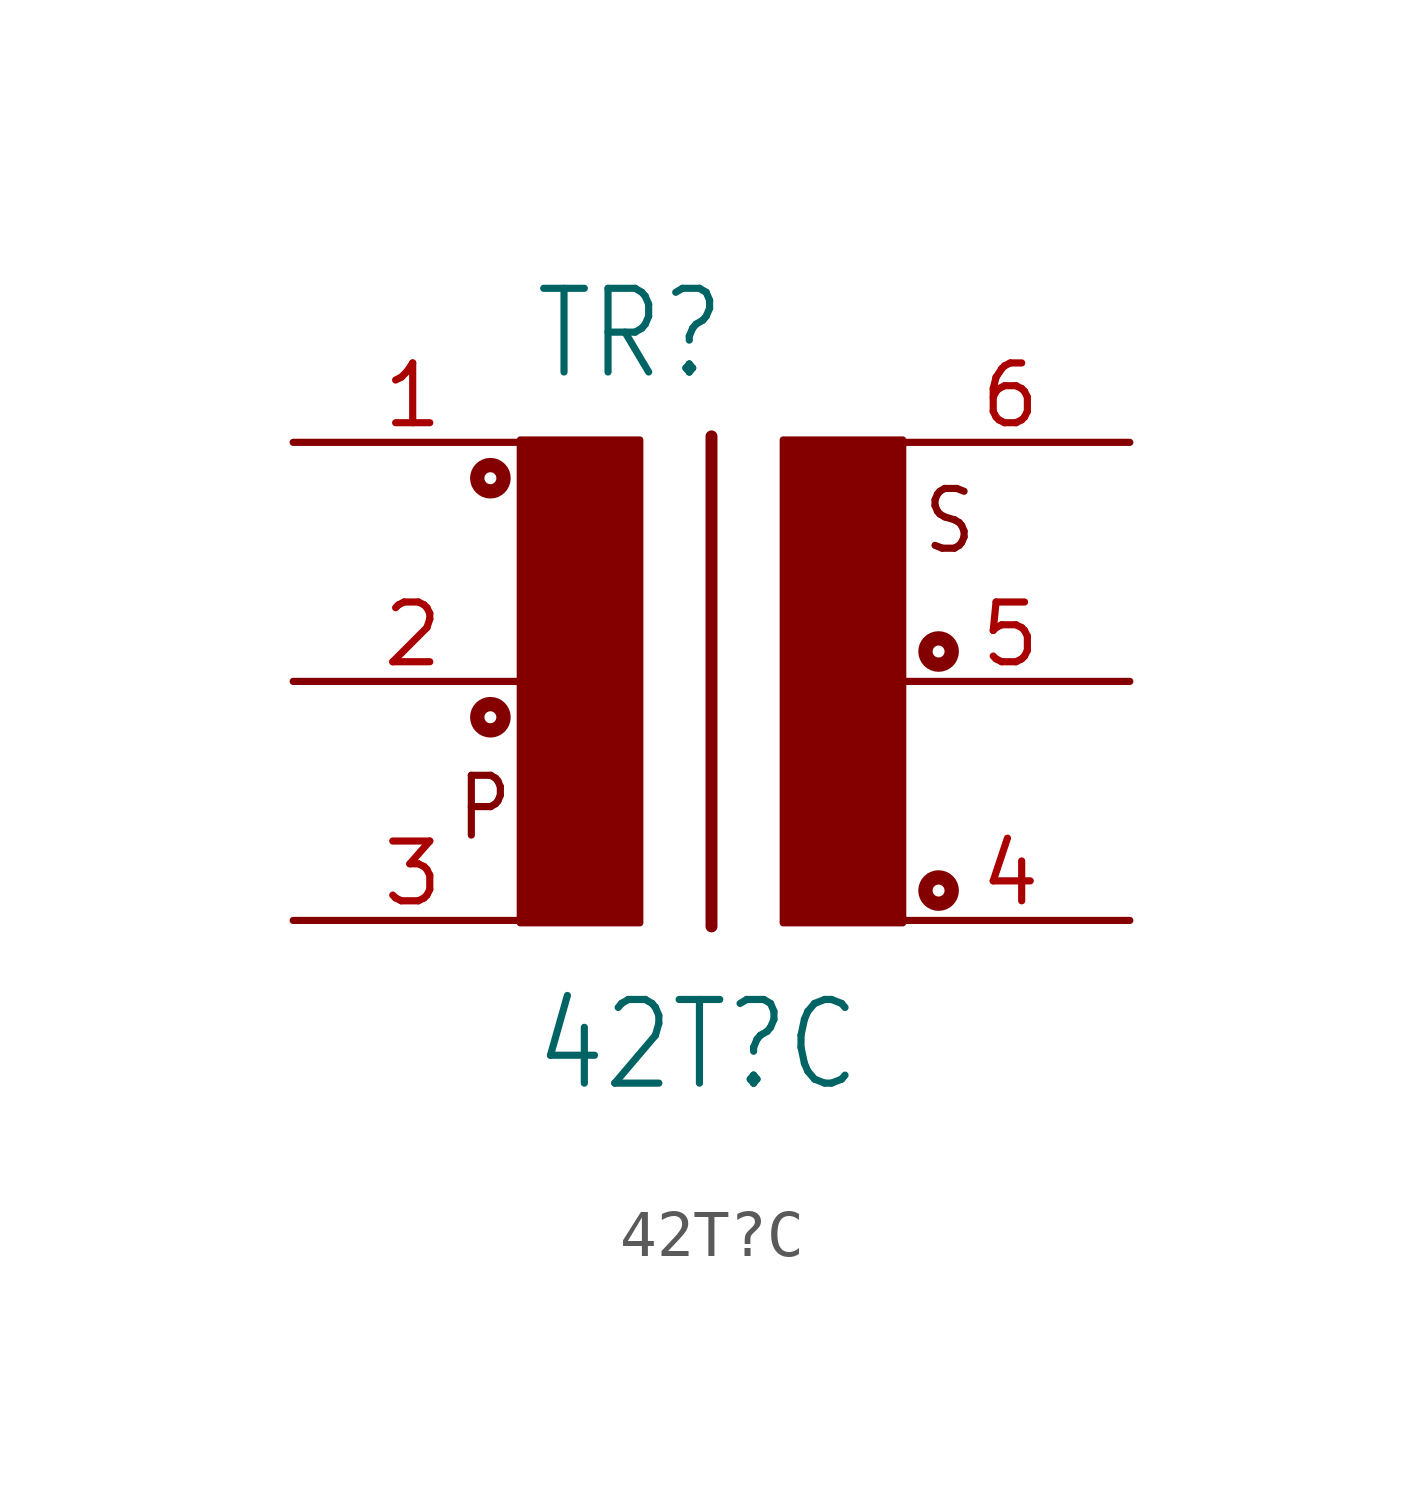
<source format=kicad_sym>
(kicad_symbol_lib
  (version 20211014)
  (generator kicad_symbol_editor)
  (symbol "42T?C"
    (property "Reference" "TR"
      (at -2.54 6.35 0)
      (effects (font (size 1.778 1.511)) (justify left bottom)))
    (property "Value" "42T?C"
      (at -2.54 -8.763 0)
      (effects (font (size 1.778 1.511)) (justify left bottom)))
    (property "ki_locked" ""
      (at 0 0 0)
      (effects (font (size 1.27 1.27))))
    (symbol "42T?C_1_0"
      (circle (center -3.429 -0.762) (radius 0.127) (stroke (width 0.305) (type default) (color 0 0 0 0)) (fill (type none)))
      (circle (center -3.429 4.318) (radius 0.127) (stroke (width 0.305) (type default) (color 0 0 0 0)) (fill (type none)))
      (rectangle (start -2.794 -5.131) (end -0.254 5.131) (stroke (width 0) (type default) (color 0 0 0 0)) (fill (type outline)))
      (polyline (pts (xy 1.27 5.207) (xy 1.27 -5.207)) (stroke (width 0.254) (type default) (color 0 0 0 0)) (fill (type none)))
      (rectangle (start 2.794 -5.131) (end 5.334 5.131) (stroke (width 0) (type default) (color 0 0 0 0)) (fill (type outline)))
      (circle (center 6.096 -4.445) (radius 0.127) (stroke (width 0.305) (type default) (color 0 0 0 0)) (fill (type none)))
      (circle (center 6.096 0.635) (radius 0.127) (stroke (width 0.305) (type default) (color 0 0 0 0)) (fill (type none)))
      (text "P" (at -4.191 -3.429 0) (effects (font (size 1.27 1.079)) (justify left bottom)))
      (text "S" (at 5.715 2.667 0) (effects (font (size 1.27 1.079)) (justify left bottom)))
      (pin passive line (at -7.62 5.08 0) (length 5.08) (name "1" (effects (font (size 0 0)))) (number "1" (effects (font (size 1.27 1.27)))))
      (pin passive line (at -7.62 0 0) (length 5.08) (name "2" (effects (font (size 0 0)))) (number "2" (effects (font (size 1.27 1.27)))))
      (pin passive line (at -7.62 -5.08 0) (length 5.08) (name "3" (effects (font (size 0 0)))) (number "3" (effects (font (size 1.27 1.27)))))
      (pin passive line (at 10.16 -5.08 180) (length 5.08) (name "4" (effects (font (size 0 0)))) (number "4" (effects (font (size 1.27 1.27)))))
      (pin passive line (at 10.16 0 180) (length 5.08) (name "5" (effects (font (size 0 0)))) (number "5" (effects (font (size 1.27 1.27)))))
      (pin passive line (at 10.16 5.08 180) (length 5.08) (name "6" (effects (font (size 0 0)))) (number "6" (effects (font (size 1.27 1.27))))))))
</source>
